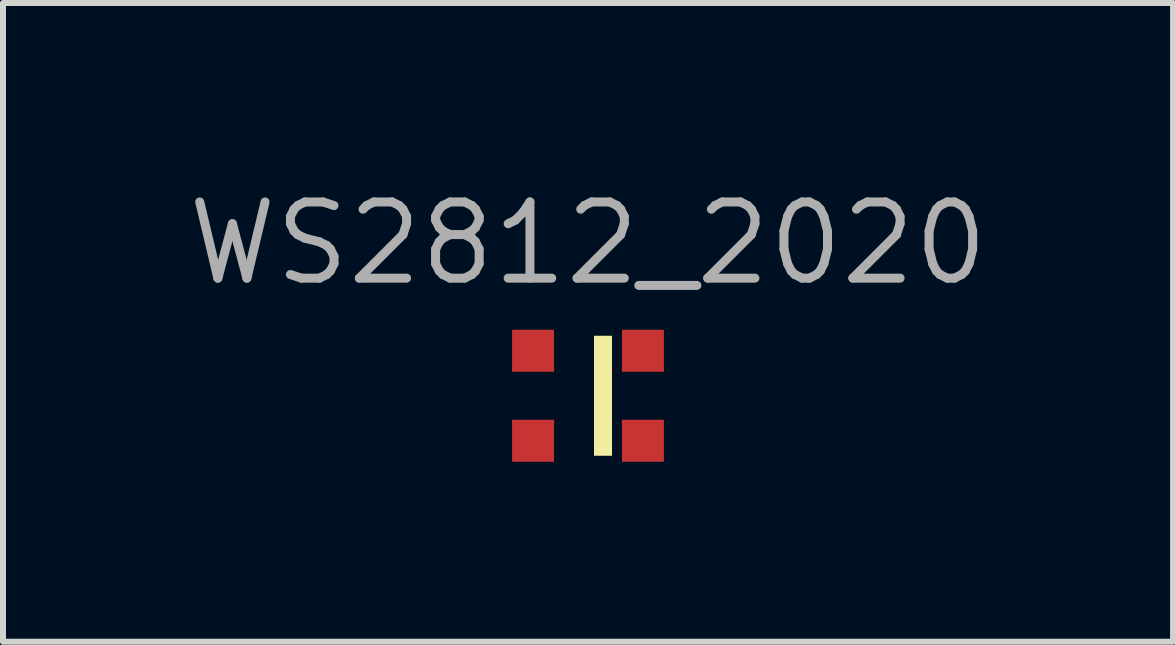
<source format=kicad_pcb>
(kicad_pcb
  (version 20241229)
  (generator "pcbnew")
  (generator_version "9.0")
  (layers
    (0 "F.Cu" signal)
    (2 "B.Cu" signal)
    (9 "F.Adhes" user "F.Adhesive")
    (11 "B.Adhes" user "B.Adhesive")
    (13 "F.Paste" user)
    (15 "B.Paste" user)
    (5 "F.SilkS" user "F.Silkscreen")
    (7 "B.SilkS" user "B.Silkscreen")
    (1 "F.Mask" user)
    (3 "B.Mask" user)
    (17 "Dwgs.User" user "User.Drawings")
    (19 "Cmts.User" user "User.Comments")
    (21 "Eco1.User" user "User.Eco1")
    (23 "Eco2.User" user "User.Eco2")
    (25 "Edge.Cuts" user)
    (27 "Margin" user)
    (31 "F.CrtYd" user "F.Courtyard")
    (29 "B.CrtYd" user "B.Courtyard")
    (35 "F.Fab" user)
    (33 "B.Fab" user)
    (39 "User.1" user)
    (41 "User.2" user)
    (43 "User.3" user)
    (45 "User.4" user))
  (footprint "WS2812_2020"
    (layer "F.Cu")
    (at 6.75 3.546)
    (property "Reference" "WS2812_2020" (at 0 -2.54 0) (layer "F.Fab") (effects (font (size 1.27 1.27) (thickness 0.15))))
    (attr smd)
    (fp_poly (pts (xy 0.1 1) (xy 0.4 1) (xy 0.4 -1) (xy 0.1 -1)) (stroke (width 0) (type solid)) (fill yes) (layer "F.SilkS"))
    (pad "1" smd rect (at 0.915 0.75) (size 0.7 0.7) (layers "F.Cu" "F.Mask" "F.Paste"))
    (pad "2" smd rect (at 0.915 -0.75) (size 0.7 0.7) (layers "F.Cu" "F.Mask" "F.Paste"))
    (pad "3" smd rect (at -0.915 -0.75) (size 0.7 0.7) (layers "F.Cu" "F.Mask" "F.Paste"))
    (pad "4" smd rect (at -0.915 0.75) (size 0.7 0.7) (layers "F.Cu" "F.Mask" "F.Paste")))
  (gr_rect
    (start -3 -3)
    (end 16.501 7.646)
    (stroke (width 0.1) (type default))
    (fill no)
    (layer "Edge.Cuts")))
</source>
